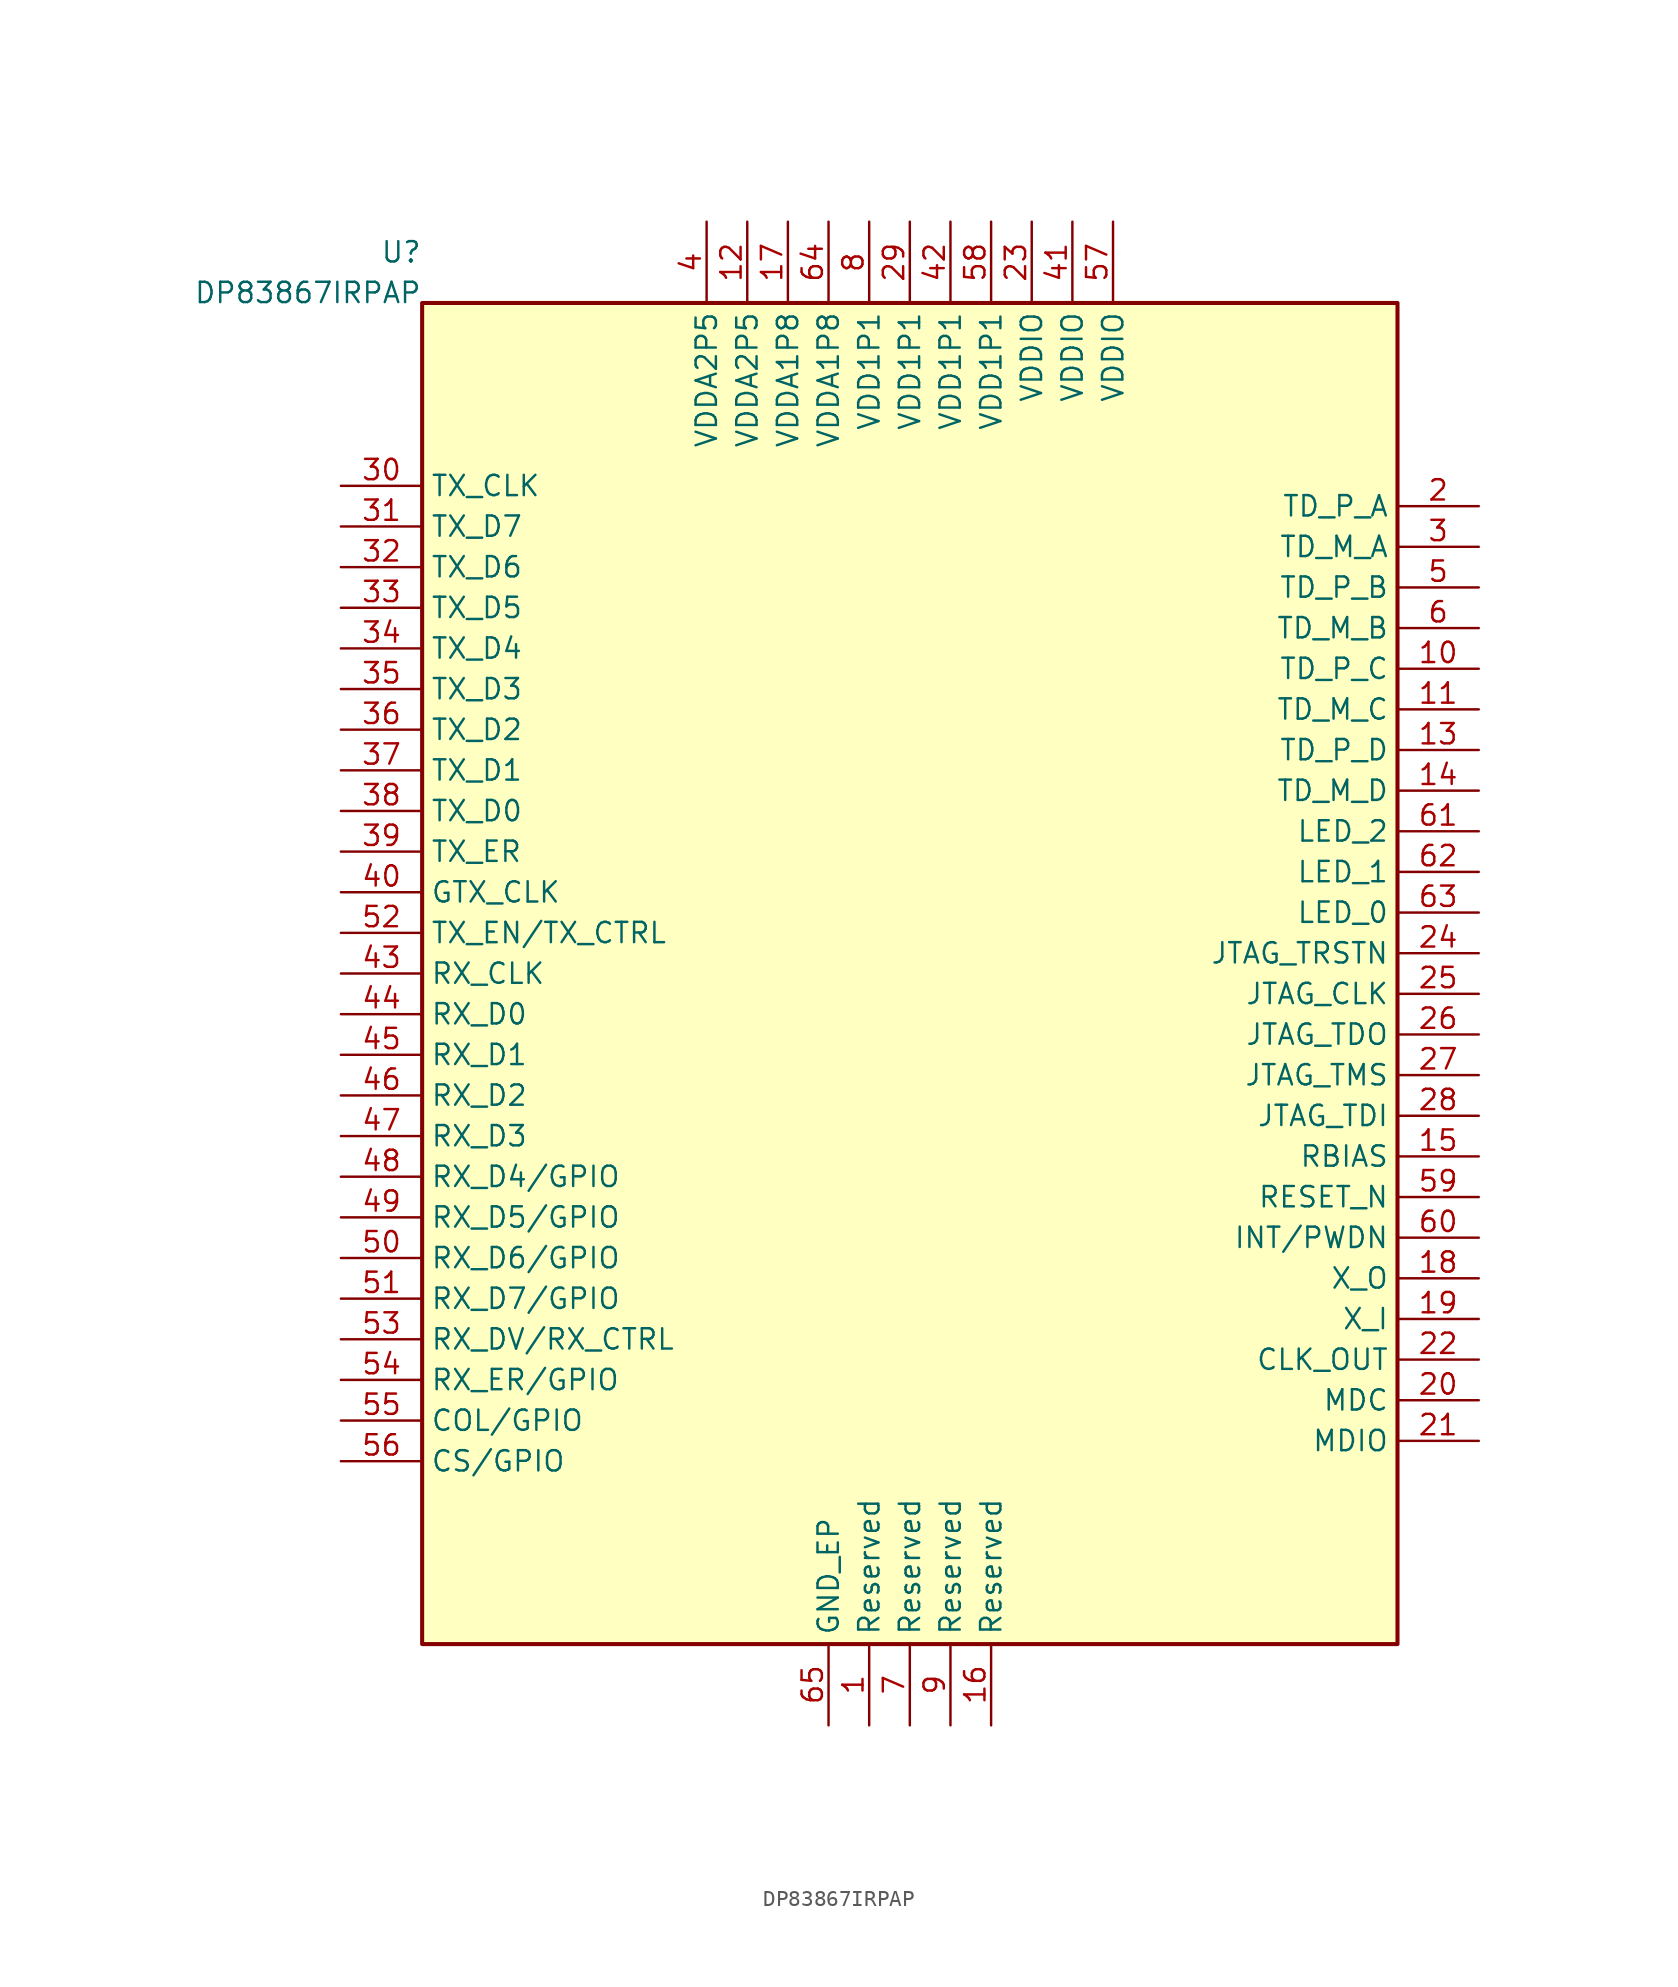
<source format=kicad_sym>
(kicad_symbol_lib
  (version 20241209)
  (generator "kicad_symbol_editor")
  (generator_version "8.0")
  (symbol "DP83867IRPAP"
    (property "Reference" "U"
      (at -30.48 45.085 0)
      (effects (font (size 1.27 1.27)) (justify right) (hide no)))
    (property "Value" "DP83867IRPAP"
      (at -30.48 42.545 0)
      (effects (font (size 1.27 1.27)) (justify right) (hide no)))
    (symbol "DP83867IRPAP_1_1"
      (rectangle (start -30.48 -41.91) (end 30.48 41.91) (stroke (width 0.254) (type solid)) (fill (type background)))
      (pin output line (at -35.56 30.48 0) (length 5.08) (name "TX_CLK" (effects (font (size 1.27 1.27)))) (number "30" (effects (font (size 1.27 1.27)))))
      (pin input line (at -35.56 27.94 0) (length 5.08) (name "TX_D7" (effects (font (size 1.27 1.27)))) (number "31" (effects (font (size 1.27 1.27)))))
      (pin input line (at -35.56 25.4 0) (length 5.08) (name "TX_D6" (effects (font (size 1.27 1.27)))) (number "32" (effects (font (size 1.27 1.27)))))
      (pin input line (at -35.56 22.86 0) (length 5.08) (name "TX_D5" (effects (font (size 1.27 1.27)))) (number "33" (effects (font (size 1.27 1.27)))))
      (pin input line (at -35.56 20.32 0) (length 5.08) (name "TX_D4" (effects (font (size 1.27 1.27)))) (number "34" (effects (font (size 1.27 1.27)))))
      (pin input line (at -35.56 17.78 0) (length 5.08) (name "TX_D3" (effects (font (size 1.27 1.27)))) (number "35" (effects (font (size 1.27 1.27)))))
      (pin input line (at -35.56 15.24 0) (length 5.08) (name "TX_D2" (effects (font (size 1.27 1.27)))) (number "36" (effects (font (size 1.27 1.27)))))
      (pin input line (at -35.56 12.7 0) (length 5.08) (name "TX_D1" (effects (font (size 1.27 1.27)))) (number "37" (effects (font (size 1.27 1.27)))))
      (pin input line (at -35.56 10.16 0) (length 5.08) (name "TX_D0" (effects (font (size 1.27 1.27)))) (number "38" (effects (font (size 1.27 1.27)))))
      (pin input line (at -35.56 7.62 0) (length 5.08) (name "TX_ER" (effects (font (size 1.27 1.27)))) (number "39" (effects (font (size 1.27 1.27)))))
      (pin input line (at -35.56 5.08 0) (length 5.08) (name "GTX_CLK" (effects (font (size 1.27 1.27)))) (number "40" (effects (font (size 1.27 1.27)))))
      (pin input line (at -35.56 2.54 0) (length 5.08) (name "TX_EN/TX_CTRL" (effects (font (size 1.27 1.27)))) (number "52" (effects (font (size 1.27 1.27)))))
      (pin output line (at -35.56 7.105427357601002e-15 0) (length 5.08) (name "RX_CLK" (effects (font (size 1.27 1.27)))) (number "43" (effects (font (size 1.27 1.27)))))
      (pin output line (at -35.56 -2.54 0) (length 5.08) (name "RX_D0" (effects (font (size 1.27 1.27)))) (number "44" (effects (font (size 1.27 1.27)))))
      (pin output line (at -35.56 -5.08 0) (length 5.08) (name "RX_D1" (effects (font (size 1.27 1.27)))) (number "45" (effects (font (size 1.27 1.27)))))
      (pin output line (at -35.56 -7.62 0) (length 5.08) (name "RX_D2" (effects (font (size 1.27 1.27)))) (number "46" (effects (font (size 1.27 1.27)))))
      (pin output line (at -35.56 -10.16 0) (length 5.08) (name "RX_D3" (effects (font (size 1.27 1.27)))) (number "47" (effects (font (size 1.27 1.27)))))
      (pin output line (at -35.56 -12.7 0) (length 5.08) (name "RX_D4/GPIO" (effects (font (size 1.27 1.27)))) (number "48" (effects (font (size 1.27 1.27)))))
      (pin output line (at -35.56 -15.24 0) (length 5.08) (name "RX_D5/GPIO" (effects (font (size 1.27 1.27)))) (number "49" (effects (font (size 1.27 1.27)))))
      (pin output line (at -35.56 -17.78 0) (length 5.08) (name "RX_D6/GPIO" (effects (font (size 1.27 1.27)))) (number "50" (effects (font (size 1.27 1.27)))))
      (pin output line (at -35.56 -20.32 0) (length 5.08) (name "RX_D7/GPIO" (effects (font (size 1.27 1.27)))) (number "51" (effects (font (size 1.27 1.27)))))
      (pin output line (at -35.56 -22.86 0) (length 5.08) (name "RX_DV/RX_CTRL" (effects (font (size 1.27 1.27)))) (number "53" (effects (font (size 1.27 1.27)))))
      (pin output line (at -35.56 -25.4 0) (length 5.08) (name "RX_ER/GPIO" (effects (font (size 1.27 1.27)))) (number "54" (effects (font (size 1.27 1.27)))))
      (pin output line (at -35.56 -27.94 0) (length 5.08) (name "COL/GPIO" (effects (font (size 1.27 1.27)))) (number "55" (effects (font (size 1.27 1.27)))))
      (pin output line (at -35.56 -30.48 0) (length 5.08) (name "CS/GPIO" (effects (font (size 1.27 1.27)))) (number "56" (effects (font (size 1.27 1.27)))))
      (pin bidirectional line (at 35.56 29.21 180) (length 5.08) (name "TD_P_A" (effects (font (size 1.27 1.27)))) (number "2" (effects (font (size 1.27 1.27)))))
      (pin bidirectional line (at 35.56 26.67 180) (length 5.08) (name "TD_M_A" (effects (font (size 1.27 1.27)))) (number "3" (effects (font (size 1.27 1.27)))))
      (pin bidirectional line (at 35.56 24.13 180) (length 5.08) (name "TD_P_B" (effects (font (size 1.27 1.27)))) (number "5" (effects (font (size 1.27 1.27)))))
      (pin bidirectional line (at 35.56 21.59 180) (length 5.08) (name "TD_M_B" (effects (font (size 1.27 1.27)))) (number "6" (effects (font (size 1.27 1.27)))))
      (pin bidirectional line (at 35.56 19.05 180) (length 5.08) (name "TD_P_C" (effects (font (size 1.27 1.27)))) (number "10" (effects (font (size 1.27 1.27)))))
      (pin bidirectional line (at 35.56 16.51 180) (length 5.08) (name "TD_M_C" (effects (font (size 1.27 1.27)))) (number "11" (effects (font (size 1.27 1.27)))))
      (pin bidirectional line (at 35.56 13.97 180) (length 5.08) (name "TD_P_D" (effects (font (size 1.27 1.27)))) (number "13" (effects (font (size 1.27 1.27)))))
      (pin bidirectional line (at 35.56 11.43 180) (length 5.08) (name "TD_M_D" (effects (font (size 1.27 1.27)))) (number "14" (effects (font (size 1.27 1.27)))))
      (pin bidirectional line (at 35.56 8.89 180) (length 5.08) (name "LED_2" (effects (font (size 1.27 1.27)))) (number "61" (effects (font (size 1.27 1.27)))))
      (pin bidirectional line (at 35.56 6.35 180) (length 5.08) (name "LED_1" (effects (font (size 1.27 1.27)))) (number "62" (effects (font (size 1.27 1.27)))))
      (pin bidirectional line (at 35.56 3.81 180) (length 5.08) (name "LED_0" (effects (font (size 1.27 1.27)))) (number "63" (effects (font (size 1.27 1.27)))))
      (pin bidirectional line (at 35.56 1.27 180) (length 5.08) (name "JTAG_TRSTN" (effects (font (size 1.27 1.27)))) (number "24" (effects (font (size 1.27 1.27)))))
      (pin bidirectional line (at 35.56 -1.27 180) (length 5.08) (name "JTAG_CLK" (effects (font (size 1.27 1.27)))) (number "25" (effects (font (size 1.27 1.27)))))
      (pin bidirectional line (at 35.56 -3.81 180) (length 5.08) (name "JTAG_TDO" (effects (font (size 1.27 1.27)))) (number "26" (effects (font (size 1.27 1.27)))))
      (pin bidirectional line (at 35.56 -6.35 180) (length 5.08) (name "JTAG_TMS" (effects (font (size 1.27 1.27)))) (number "27" (effects (font (size 1.27 1.27)))))
      (pin bidirectional line (at 35.56 -8.89 180) (length 5.08) (name "JTAG_TDI" (effects (font (size 1.27 1.27)))) (number "28" (effects (font (size 1.27 1.27)))))
      (pin bidirectional line (at 35.56 -11.43 180) (length 5.08) (name "RBIAS" (effects (font (size 1.27 1.27)))) (number "15" (effects (font (size 1.27 1.27)))))
      (pin input line (at 35.56 -13.97 180) (length 5.08) (name "RESET_N" (effects (font (size 1.27 1.27)))) (number "59" (effects (font (size 1.27 1.27)))))
      (pin bidirectional line (at 35.56 -16.51 180) (length 5.08) (name "INT/PWDN" (effects (font (size 1.27 1.27)))) (number "60" (effects (font (size 1.27 1.27)))))
      (pin bidirectional line (at 35.56 -19.05 180) (length 5.08) (name "X_O" (effects (font (size 1.27 1.27)))) (number "18" (effects (font (size 1.27 1.27)))))
      (pin bidirectional line (at 35.56 -21.59 180) (length 5.08) (name "X_I" (effects (font (size 1.27 1.27)))) (number "19" (effects (font (size 1.27 1.27)))))
      (pin output line (at 35.56 -24.13 180) (length 5.08) (name "CLK_OUT" (effects (font (size 1.27 1.27)))) (number "22" (effects (font (size 1.27 1.27)))))
      (pin input line (at 35.56 -26.67 180) (length 5.08) (name "MDC" (effects (font (size 1.27 1.27)))) (number "20" (effects (font (size 1.27 1.27)))))
      (pin bidirectional line (at 35.56 -29.21 180) (length 5.08) (name "MDIO" (effects (font (size 1.27 1.27)))) (number "21" (effects (font (size 1.27 1.27)))))
      (pin power_in line (at -12.7 46.99 270) (length 5.08) (name "VDDA2P5" (effects (font (size 1.27 1.27)))) (number "4" (effects (font (size 1.27 1.27)))))
      (pin power_in line (at -10.16 46.99 270) (length 5.08) (name "VDDA2P5" (effects (font (size 1.27 1.27)))) (number "12" (effects (font (size 1.27 1.27)))))
      (pin power_in line (at -7.62 46.99 270) (length 5.08) (name "VDDA1P8" (effects (font (size 1.27 1.27)))) (number "17" (effects (font (size 1.27 1.27)))))
      (pin power_in line (at -5.08 46.99 270) (length 5.08) (name "VDDA1P8" (effects (font (size 1.27 1.27)))) (number "64" (effects (font (size 1.27 1.27)))))
      (pin power_in line (at -2.54 46.99 270) (length 5.08) (name "VDD1P1" (effects (font (size 1.27 1.27)))) (number "8" (effects (font (size 1.27 1.27)))))
      (pin power_in line (at 0.0 46.99 270) (length 5.08) (name "VDD1P1" (effects (font (size 1.27 1.27)))) (number "29" (effects (font (size 1.27 1.27)))))
      (pin power_in line (at 2.54 46.99 270) (length 5.08) (name "VDD1P1" (effects (font (size 1.27 1.27)))) (number "42" (effects (font (size 1.27 1.27)))))
      (pin power_in line (at 5.08 46.99 270) (length 5.08) (name "VDD1P1" (effects (font (size 1.27 1.27)))) (number "58" (effects (font (size 1.27 1.27)))))
      (pin power_in line (at 7.62 46.99 270) (length 5.08) (name "VDDIO" (effects (font (size 1.27 1.27)))) (number "23" (effects (font (size 1.27 1.27)))))
      (pin power_in line (at 10.16 46.99 270) (length 5.08) (name "VDDIO" (effects (font (size 1.27 1.27)))) (number "41" (effects (font (size 1.27 1.27)))))
      (pin power_in line (at 12.7 46.99 270) (length 5.08) (name "VDDIO" (effects (font (size 1.27 1.27)))) (number "57" (effects (font (size 1.27 1.27)))))
      (pin power_in line (at -5.08 -46.99 90) (length 5.08) (name "GND_EP" (effects (font (size 1.27 1.27)))) (number "65" (effects (font (size 1.27 1.27)))))
      (pin bidirectional line (at -2.54 -46.99 90) (length 5.08) (name "Reserved" (effects (font (size 1.27 1.27)))) (number "1" (effects (font (size 1.27 1.27)))))
      (pin bidirectional line (at 0.0 -46.99 90) (length 5.08) (name "Reserved" (effects (font (size 1.27 1.27)))) (number "7" (effects (font (size 1.27 1.27)))))
      (pin bidirectional line (at 2.54 -46.99 90) (length 5.08) (name "Reserved" (effects (font (size 1.27 1.27)))) (number "9" (effects (font (size 1.27 1.27)))))
      (pin bidirectional line (at 5.08 -46.99 90) (length 5.08) (name "Reserved" (effects (font (size 1.27 1.27)))) (number "16" (effects (font (size 1.27 1.27))))))))
</source>
